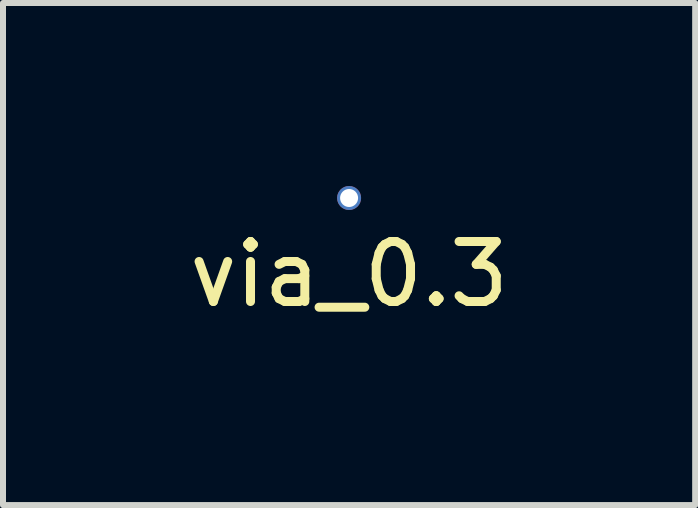
<source format=kicad_pcb>
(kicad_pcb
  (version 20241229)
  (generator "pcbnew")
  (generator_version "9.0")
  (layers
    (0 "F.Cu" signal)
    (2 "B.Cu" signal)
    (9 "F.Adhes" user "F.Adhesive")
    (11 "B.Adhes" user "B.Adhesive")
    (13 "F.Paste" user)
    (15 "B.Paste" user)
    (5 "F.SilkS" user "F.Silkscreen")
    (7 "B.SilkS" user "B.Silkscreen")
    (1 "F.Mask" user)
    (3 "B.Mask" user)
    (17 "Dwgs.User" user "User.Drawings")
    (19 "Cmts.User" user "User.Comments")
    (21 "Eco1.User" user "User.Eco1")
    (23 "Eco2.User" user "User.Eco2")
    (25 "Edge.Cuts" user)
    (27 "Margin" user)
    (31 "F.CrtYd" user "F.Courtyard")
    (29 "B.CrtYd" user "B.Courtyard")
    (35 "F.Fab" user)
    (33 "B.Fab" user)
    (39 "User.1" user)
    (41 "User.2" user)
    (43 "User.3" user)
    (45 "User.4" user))
  (footprint "via_0.3"
    (layer "F.Cu")
    (at 2.768 0.25)
    (property "Reference" "via_0.3" (at 0 1.27 0) (layer "F.SilkS") (effects (font (size 1 1) (thickness 0.15))))
    (attr through_hole)
    (pad "1" thru_hole circle (at 0 0) (size 0.4 0.4) (drill 0.3) (layers "*.Cu" "*.Mask")))
  (gr_rect
    (start -3 -3)
    (end 8.536 5.368)
    (stroke (width 0.1) (type default))
    (fill no)
    (layer "Edge.Cuts")))
</source>
